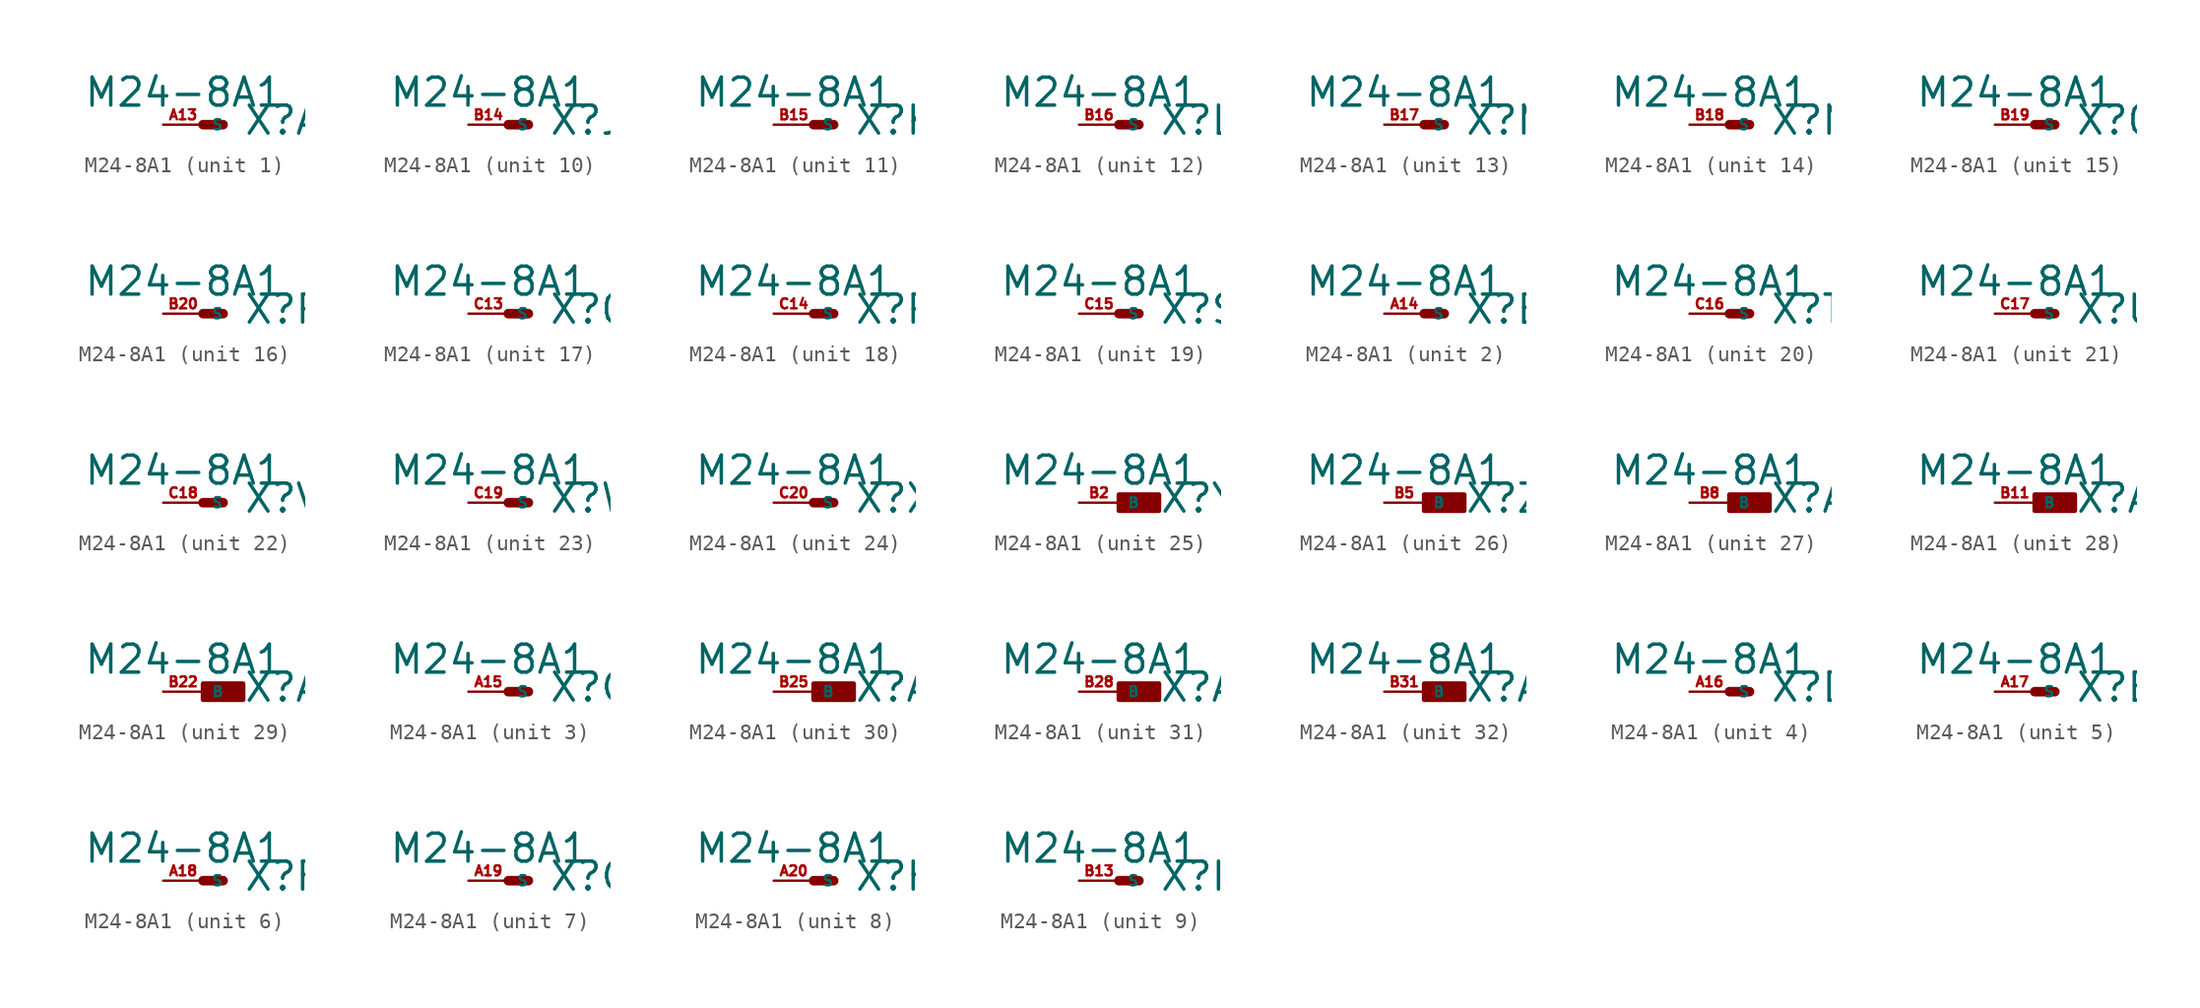
<source format=kicad_sym>
(kicad_symbol_lib
  (version 20220914)
  (generator Eagle2Kicad)
  (symbol "M24-8A1"
    (property "Reference" "X"
      (at 2.54 -0.762 0)
      (effects (font (size 1.778 1.778) (thickness 0.22)) (justify left bottom)))
    (property "Value" "M24-8A1"
      (at -7.62 1.016 0)
      (effects (font (size 1.778 1.778) (thickness 0.22)) (justify left bottom)))
    (symbol "M24-8A1_1_0"
      (polyline (pts (xy 0 0) (xy 1.27 0)) (stroke (width 0.61) (type default)) (fill (type none)))
      (pin passive line (at -2.54 0 0) (length 2.54) (name "S" (effects (font (size 0.635 0.635) (thickness 0.08)) (justify left bottom))) (number "A13" (effects (font (size 0.635 0.635) (thickness 0.08)) (justify left bottom)))))
    (symbol "M24-8A1_2_0"
      (polyline (pts (xy 0 0) (xy 1.27 0)) (stroke (width 0.61) (type default)) (fill (type none)))
      (pin passive line (at -2.54 0 0) (length 2.54) (name "S" (effects (font (size 0.635 0.635) (thickness 0.08)) (justify left bottom))) (number "A14" (effects (font (size 0.635 0.635) (thickness 0.08)) (justify left bottom)))))
    (symbol "M24-8A1_3_0"
      (polyline (pts (xy 0 0) (xy 1.27 0)) (stroke (width 0.61) (type default)) (fill (type none)))
      (pin passive line (at -2.54 0 0) (length 2.54) (name "S" (effects (font (size 0.635 0.635) (thickness 0.08)) (justify left bottom))) (number "A15" (effects (font (size 0.635 0.635) (thickness 0.08)) (justify left bottom)))))
    (symbol "M24-8A1_4_0"
      (polyline (pts (xy 0 0) (xy 1.27 0)) (stroke (width 0.61) (type default)) (fill (type none)))
      (pin passive line (at -2.54 0 0) (length 2.54) (name "S" (effects (font (size 0.635 0.635) (thickness 0.08)) (justify left bottom))) (number "A16" (effects (font (size 0.635 0.635) (thickness 0.08)) (justify left bottom)))))
    (symbol "M24-8A1_5_0"
      (polyline (pts (xy 0 0) (xy 1.27 0)) (stroke (width 0.61) (type default)) (fill (type none)))
      (pin passive line (at -2.54 0 0) (length 2.54) (name "S" (effects (font (size 0.635 0.635) (thickness 0.08)) (justify left bottom))) (number "A17" (effects (font (size 0.635 0.635) (thickness 0.08)) (justify left bottom)))))
    (symbol "M24-8A1_6_0"
      (polyline (pts (xy 0 0) (xy 1.27 0)) (stroke (width 0.61) (type default)) (fill (type none)))
      (pin passive line (at -2.54 0 0) (length 2.54) (name "S" (effects (font (size 0.635 0.635) (thickness 0.08)) (justify left bottom))) (number "A18" (effects (font (size 0.635 0.635) (thickness 0.08)) (justify left bottom)))))
    (symbol "M24-8A1_7_0"
      (polyline (pts (xy 0 0) (xy 1.27 0)) (stroke (width 0.61) (type default)) (fill (type none)))
      (pin passive line (at -2.54 0 0) (length 2.54) (name "S" (effects (font (size 0.635 0.635) (thickness 0.08)) (justify left bottom))) (number "A19" (effects (font (size 0.635 0.635) (thickness 0.08)) (justify left bottom)))))
    (symbol "M24-8A1_8_0"
      (polyline (pts (xy 0 0) (xy 1.27 0)) (stroke (width 0.61) (type default)) (fill (type none)))
      (pin passive line (at -2.54 0 0) (length 2.54) (name "S" (effects (font (size 0.635 0.635) (thickness 0.08)) (justify left bottom))) (number "A20" (effects (font (size 0.635 0.635) (thickness 0.08)) (justify left bottom)))))
    (symbol "M24-8A1_9_0"
      (polyline (pts (xy 0 0) (xy 1.27 0)) (stroke (width 0.61) (type default)) (fill (type none)))
      (pin passive line (at -2.54 0 0) (length 2.54) (name "S" (effects (font (size 0.635 0.635) (thickness 0.08)) (justify left bottom))) (number "B13" (effects (font (size 0.635 0.635) (thickness 0.08)) (justify left bottom)))))
    (symbol "M24-8A1_10_0"
      (polyline (pts (xy 0 0) (xy 1.27 0)) (stroke (width 0.61) (type default)) (fill (type none)))
      (pin passive line (at -2.54 0 0) (length 2.54) (name "S" (effects (font (size 0.635 0.635) (thickness 0.08)) (justify left bottom))) (number "B14" (effects (font (size 0.635 0.635) (thickness 0.08)) (justify left bottom)))))
    (symbol "M24-8A1_11_0"
      (polyline (pts (xy 0 0) (xy 1.27 0)) (stroke (width 0.61) (type default)) (fill (type none)))
      (pin passive line (at -2.54 0 0) (length 2.54) (name "S" (effects (font (size 0.635 0.635) (thickness 0.08)) (justify left bottom))) (number "B15" (effects (font (size 0.635 0.635) (thickness 0.08)) (justify left bottom)))))
    (symbol "M24-8A1_12_0"
      (polyline (pts (xy 0 0) (xy 1.27 0)) (stroke (width 0.61) (type default)) (fill (type none)))
      (pin passive line (at -2.54 0 0) (length 2.54) (name "S" (effects (font (size 0.635 0.635) (thickness 0.08)) (justify left bottom))) (number "B16" (effects (font (size 0.635 0.635) (thickness 0.08)) (justify left bottom)))))
    (symbol "M24-8A1_13_0"
      (polyline (pts (xy 0 0) (xy 1.27 0)) (stroke (width 0.61) (type default)) (fill (type none)))
      (pin passive line (at -2.54 0 0) (length 2.54) (name "S" (effects (font (size 0.635 0.635) (thickness 0.08)) (justify left bottom))) (number "B17" (effects (font (size 0.635 0.635) (thickness 0.08)) (justify left bottom)))))
    (symbol "M24-8A1_14_0"
      (polyline (pts (xy 0 0) (xy 1.27 0)) (stroke (width 0.61) (type default)) (fill (type none)))
      (pin passive line (at -2.54 0 0) (length 2.54) (name "S" (effects (font (size 0.635 0.635) (thickness 0.08)) (justify left bottom))) (number "B18" (effects (font (size 0.635 0.635) (thickness 0.08)) (justify left bottom)))))
    (symbol "M24-8A1_15_0"
      (polyline (pts (xy 0 0) (xy 1.27 0)) (stroke (width 0.61) (type default)) (fill (type none)))
      (pin passive line (at -2.54 0 0) (length 2.54) (name "S" (effects (font (size 0.635 0.635) (thickness 0.08)) (justify left bottom))) (number "B19" (effects (font (size 0.635 0.635) (thickness 0.08)) (justify left bottom)))))
    (symbol "M24-8A1_16_0"
      (polyline (pts (xy 0 0) (xy 1.27 0)) (stroke (width 0.61) (type default)) (fill (type none)))
      (pin passive line (at -2.54 0 0) (length 2.54) (name "S" (effects (font (size 0.635 0.635) (thickness 0.08)) (justify left bottom))) (number "B20" (effects (font (size 0.635 0.635) (thickness 0.08)) (justify left bottom)))))
    (symbol "M24-8A1_17_0"
      (polyline (pts (xy 0 0) (xy 1.27 0)) (stroke (width 0.61) (type default)) (fill (type none)))
      (pin passive line (at -2.54 0 0) (length 2.54) (name "S" (effects (font (size 0.635 0.635) (thickness 0.08)) (justify left bottom))) (number "C13" (effects (font (size 0.635 0.635) (thickness 0.08)) (justify left bottom)))))
    (symbol "M24-8A1_18_0"
      (polyline (pts (xy 0 0) (xy 1.27 0)) (stroke (width 0.61) (type default)) (fill (type none)))
      (pin passive line (at -2.54 0 0) (length 2.54) (name "S" (effects (font (size 0.635 0.635) (thickness 0.08)) (justify left bottom))) (number "C14" (effects (font (size 0.635 0.635) (thickness 0.08)) (justify left bottom)))))
    (symbol "M24-8A1_19_0"
      (polyline (pts (xy 0 0) (xy 1.27 0)) (stroke (width 0.61) (type default)) (fill (type none)))
      (pin passive line (at -2.54 0 0) (length 2.54) (name "S" (effects (font (size 0.635 0.635) (thickness 0.08)) (justify left bottom))) (number "C15" (effects (font (size 0.635 0.635) (thickness 0.08)) (justify left bottom)))))
    (symbol "M24-8A1_20_0"
      (polyline (pts (xy 0 0) (xy 1.27 0)) (stroke (width 0.61) (type default)) (fill (type none)))
      (pin passive line (at -2.54 0 0) (length 2.54) (name "S" (effects (font (size 0.635 0.635) (thickness 0.08)) (justify left bottom))) (number "C16" (effects (font (size 0.635 0.635) (thickness 0.08)) (justify left bottom)))))
    (symbol "M24-8A1_21_0"
      (polyline (pts (xy 0 0) (xy 1.27 0)) (stroke (width 0.61) (type default)) (fill (type none)))
      (pin passive line (at -2.54 0 0) (length 2.54) (name "S" (effects (font (size 0.635 0.635) (thickness 0.08)) (justify left bottom))) (number "C17" (effects (font (size 0.635 0.635) (thickness 0.08)) (justify left bottom)))))
    (symbol "M24-8A1_22_0"
      (polyline (pts (xy 0 0) (xy 1.27 0)) (stroke (width 0.61) (type default)) (fill (type none)))
      (pin passive line (at -2.54 0 0) (length 2.54) (name "S" (effects (font (size 0.635 0.635) (thickness 0.08)) (justify left bottom))) (number "C18" (effects (font (size 0.635 0.635) (thickness 0.08)) (justify left bottom)))))
    (symbol "M24-8A1_23_0"
      (polyline (pts (xy 0 0) (xy 1.27 0)) (stroke (width 0.61) (type default)) (fill (type none)))
      (pin passive line (at -2.54 0 0) (length 2.54) (name "S" (effects (font (size 0.635 0.635) (thickness 0.08)) (justify left bottom))) (number "C19" (effects (font (size 0.635 0.635) (thickness 0.08)) (justify left bottom)))))
    (symbol "M24-8A1_24_0"
      (polyline (pts (xy 0 0) (xy 1.27 0)) (stroke (width 0.61) (type default)) (fill (type none)))
      (pin passive line (at -2.54 0 0) (length 2.54) (name "S" (effects (font (size 0.635 0.635) (thickness 0.08)) (justify left bottom))) (number "C20" (effects (font (size 0.635 0.635) (thickness 0.08)) (justify left bottom)))))
    (symbol "M24-8A1_25_0"
      (rectangle (start 0 -0.508) (end 2.54 0.508) (stroke (width 0.3) (type default)) (fill (type outline)))
      (pin passive line (at -2.54 0 0) (length 2.54) (name "B" (effects (font (size 0.635 0.635) (thickness 0.08)) (justify left bottom))) (number "B2" (effects (font (size 0.635 0.635) (thickness 0.08)) (justify left bottom)))))
    (symbol "M24-8A1_26_0"
      (rectangle (start 0 -0.508) (end 2.54 0.508) (stroke (width 0.3) (type default)) (fill (type outline)))
      (pin passive line (at -2.54 0 0) (length 2.54) (name "B" (effects (font (size 0.635 0.635) (thickness 0.08)) (justify left bottom))) (number "B5" (effects (font (size 0.635 0.635) (thickness 0.08)) (justify left bottom)))))
    (symbol "M24-8A1_27_0"
      (rectangle (start 0 -0.508) (end 2.54 0.508) (stroke (width 0.3) (type default)) (fill (type outline)))
      (pin passive line (at -2.54 0 0) (length 2.54) (name "B" (effects (font (size 0.635 0.635) (thickness 0.08)) (justify left bottom))) (number "B8" (effects (font (size 0.635 0.635) (thickness 0.08)) (justify left bottom)))))
    (symbol "M24-8A1_28_0"
      (rectangle (start 0 -0.508) (end 2.54 0.508) (stroke (width 0.3) (type default)) (fill (type outline)))
      (pin passive line (at -2.54 0 0) (length 2.54) (name "B" (effects (font (size 0.635 0.635) (thickness 0.08)) (justify left bottom))) (number "B11" (effects (font (size 0.635 0.635) (thickness 0.08)) (justify left bottom)))))
    (symbol "M24-8A1_29_0"
      (rectangle (start 0 -0.508) (end 2.54 0.508) (stroke (width 0.3) (type default)) (fill (type outline)))
      (pin passive line (at -2.54 0 0) (length 2.54) (name "B" (effects (font (size 0.635 0.635) (thickness 0.08)) (justify left bottom))) (number "B22" (effects (font (size 0.635 0.635) (thickness 0.08)) (justify left bottom)))))
    (symbol "M24-8A1_30_0"
      (rectangle (start 0 -0.508) (end 2.54 0.508) (stroke (width 0.3) (type default)) (fill (type outline)))
      (pin passive line (at -2.54 0 0) (length 2.54) (name "B" (effects (font (size 0.635 0.635) (thickness 0.08)) (justify left bottom))) (number "B25" (effects (font (size 0.635 0.635) (thickness 0.08)) (justify left bottom)))))
    (symbol "M24-8A1_31_0"
      (rectangle (start 0 -0.508) (end 2.54 0.508) (stroke (width 0.3) (type default)) (fill (type outline)))
      (pin passive line (at -2.54 0 0) (length 2.54) (name "B" (effects (font (size 0.635 0.635) (thickness 0.08)) (justify left bottom))) (number "B28" (effects (font (size 0.635 0.635) (thickness 0.08)) (justify left bottom)))))
    (symbol "M24-8A1_32_0"
      (rectangle (start 0 -0.508) (end 2.54 0.508) (stroke (width 0.3) (type default)) (fill (type outline)))
      (pin passive line (at -2.54 0 0) (length 2.54) (name "B" (effects (font (size 0.635 0.635) (thickness 0.08)) (justify left bottom))) (number "B31" (effects (font (size 0.635 0.635) (thickness 0.08)) (justify left bottom)))))))
</source>
